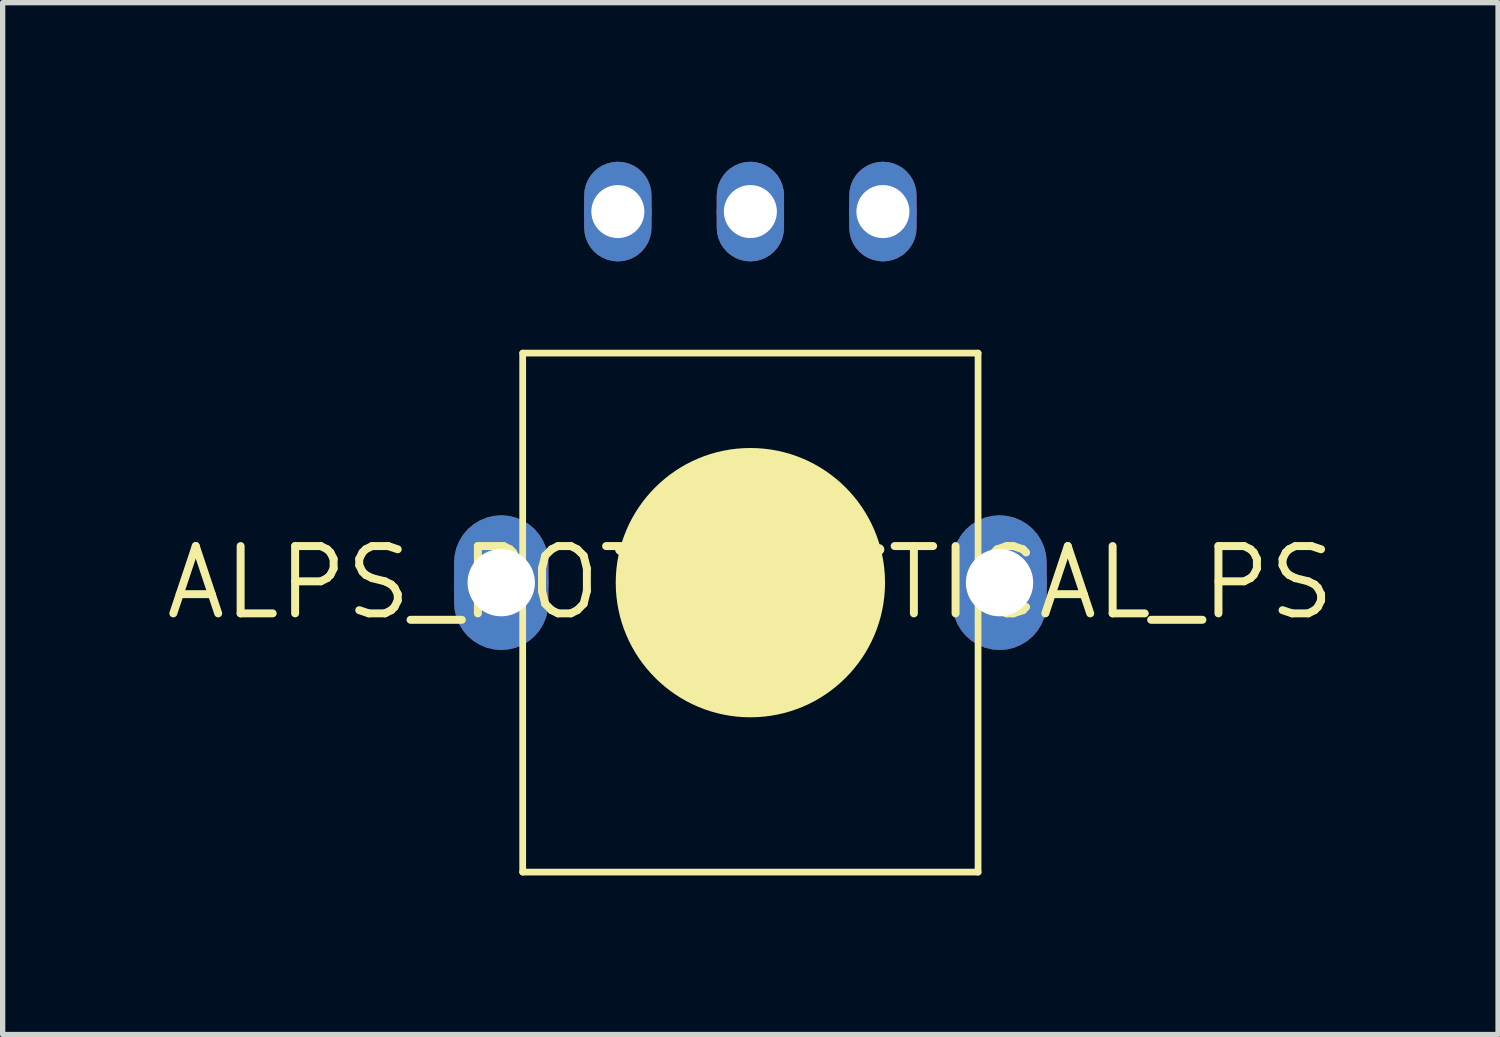
<source format=kicad_pcb>
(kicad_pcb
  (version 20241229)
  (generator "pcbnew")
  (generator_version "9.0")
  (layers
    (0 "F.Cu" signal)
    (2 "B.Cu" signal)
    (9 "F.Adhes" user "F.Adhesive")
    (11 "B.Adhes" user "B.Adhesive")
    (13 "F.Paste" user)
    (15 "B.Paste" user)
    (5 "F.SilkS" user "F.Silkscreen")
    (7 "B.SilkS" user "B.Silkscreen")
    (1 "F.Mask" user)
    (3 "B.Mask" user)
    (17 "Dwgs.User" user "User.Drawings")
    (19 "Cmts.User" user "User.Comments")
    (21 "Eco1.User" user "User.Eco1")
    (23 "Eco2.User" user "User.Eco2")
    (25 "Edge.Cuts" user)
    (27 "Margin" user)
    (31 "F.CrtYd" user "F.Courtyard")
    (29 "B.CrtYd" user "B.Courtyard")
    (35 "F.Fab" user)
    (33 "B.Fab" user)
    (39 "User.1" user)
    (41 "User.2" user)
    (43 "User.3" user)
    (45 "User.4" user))
  (footprint "ALPS_POT_VERTICAL_PS"
    (layer "F.Cu")
    (at 11.105 7.941)
    (property "Reference" "ALPS_POT_VERTICAL_PS" (at 0 0 0) (layer "F.SilkS") (effects (font (size 1.27 1.27) (thickness 0.15))))
    (fp_poly (pts (xy -4.561 -1.259) (xy -4.426 -1.227) (xy -4.297 -1.173) (xy -4.177 -1.1) (xy -4.071 -1.01) (xy -3.981 -0.904) (xy -3.908 -0.784) (xy -3.854 -0.655) (xy -3.822 -0.52) (xy -3.811 -0.381) (xy -3.811 0.381) (xy -3.822 0.52) (xy -3.854 0.655) (xy -3.908 0.784) (xy -3.981 0.904) (xy -4.071 1.01) (xy -4.177 1.1) (xy -4.297 1.173) (xy -4.426 1.227) (xy -4.561 1.259) (xy -4.7 1.27) (xy -4.839 1.259) (xy -4.974 1.227) (xy -5.103 1.173) (xy -5.223 1.1) (xy -5.329 1.01) (xy -5.419 0.904) (xy -5.492 0.784) (xy -5.546 0.655) (xy -5.578 0.52) (xy -5.589 0.381) (xy -5.589 -0.381) (xy -5.578 -0.52) (xy -5.546 -0.655) (xy -5.492 -0.784) (xy -5.419 -0.904) (xy -5.329 -1.01) (xy -5.223 -1.1) (xy -5.103 -1.173) (xy -4.974 -1.227) (xy -4.839 -1.259) (xy -4.7 -1.27)) (stroke (width 0) (type default)) (fill yes) (layer "F.Cu"))
    (fp_poly (pts (xy -2.401 -7.932) (xy -2.304 -7.909) (xy -2.212 -7.871) (xy -2.126 -7.819) (xy -2.051 -7.754) (xy -1.986 -7.678) (xy -1.934 -7.593) (xy -1.896 -7.501) (xy -1.873 -7.404) (xy -1.865 -7.305) (xy -1.865 -6.695) (xy -1.873 -6.596) (xy -1.896 -6.499) (xy -1.934 -6.407) (xy -1.986 -6.322) (xy -2.051 -6.246) (xy -2.126 -6.181) (xy -2.212 -6.129) (xy -2.304 -6.091) (xy -2.401 -6.068) (xy -2.5 -6.06) (xy -2.599 -6.068) (xy -2.696 -6.091) (xy -2.788 -6.129) (xy -2.874 -6.181) (xy -2.949 -6.246) (xy -3.014 -6.322) (xy -3.066 -6.407) (xy -3.104 -6.499) (xy -3.127 -6.596) (xy -3.135 -6.695) (xy -3.135 -7.305) (xy -3.127 -7.404) (xy -3.104 -7.501) (xy -3.066 -7.593) (xy -3.014 -7.678) (xy -2.949 -7.754) (xy -2.874 -7.819) (xy -2.788 -7.871) (xy -2.696 -7.909) (xy -2.599 -7.932) (xy -2.5 -7.94)) (stroke (width 0) (type default)) (fill yes) (layer "F.Cu"))
    (fp_poly (pts (xy 0.099 -7.932) (xy 0.196 -7.909) (xy 0.288 -7.871) (xy 0.374 -7.819) (xy 0.449 -7.754) (xy 0.514 -7.678) (xy 0.566 -7.593) (xy 0.604 -7.501) (xy 0.627 -7.404) (xy 0.635 -7.305) (xy 0.635 -6.695) (xy 0.627 -6.596) (xy 0.604 -6.499) (xy 0.566 -6.407) (xy 0.514 -6.322) (xy 0.449 -6.246) (xy 0.374 -6.181) (xy 0.288 -6.129) (xy 0.196 -6.091) (xy 0.099 -6.068) (xy 0 -6.06) (xy -0.099 -6.068) (xy -0.196 -6.091) (xy -0.288 -6.129) (xy -0.374 -6.181) (xy -0.449 -6.246) (xy -0.514 -6.322) (xy -0.566 -6.407) (xy -0.604 -6.499) (xy -0.627 -6.596) (xy -0.635 -6.695) (xy -0.635 -7.305) (xy -0.627 -7.404) (xy -0.604 -7.501) (xy -0.566 -7.593) (xy -0.514 -7.678) (xy -0.449 -7.754) (xy -0.374 -7.819) (xy -0.288 -7.871) (xy -0.196 -7.909) (xy -0.099 -7.932) (xy 0 -7.94)) (stroke (width 0) (type default)) (fill yes) (layer "F.Cu"))
    (fp_poly (pts (xy 2.599 -7.932) (xy 2.696 -7.909) (xy 2.788 -7.871) (xy 2.874 -7.819) (xy 2.949 -7.754) (xy 3.014 -7.678) (xy 3.066 -7.593) (xy 3.104 -7.501) (xy 3.127 -7.404) (xy 3.135 -7.305) (xy 3.135 -6.695) (xy 3.127 -6.596) (xy 3.104 -6.499) (xy 3.066 -6.407) (xy 3.014 -6.322) (xy 2.949 -6.246) (xy 2.874 -6.181) (xy 2.788 -6.129) (xy 2.696 -6.091) (xy 2.599 -6.068) (xy 2.5 -6.06) (xy 2.401 -6.068) (xy 2.304 -6.091) (xy 2.212 -6.129) (xy 2.126 -6.181) (xy 2.051 -6.246) (xy 1.986 -6.322) (xy 1.934 -6.407) (xy 1.896 -6.499) (xy 1.873 -6.596) (xy 1.865 -6.695) (xy 1.865 -7.305) (xy 1.873 -7.404) (xy 1.896 -7.501) (xy 1.934 -7.593) (xy 1.986 -7.678) (xy 2.051 -7.754) (xy 2.126 -7.819) (xy 2.212 -7.871) (xy 2.304 -7.909) (xy 2.401 -7.932) (xy 2.5 -7.94)) (stroke (width 0) (type default)) (fill yes) (layer "F.Cu"))
    (fp_poly (pts (xy 4.839 -1.259) (xy 4.974 -1.227) (xy 5.103 -1.173) (xy 5.223 -1.1) (xy 5.329 -1.01) (xy 5.419 -0.904) (xy 5.492 -0.784) (xy 5.546 -0.655) (xy 5.578 -0.52) (xy 5.589 -0.381) (xy 5.589 0.381) (xy 5.578 0.52) (xy 5.546 0.655) (xy 5.492 0.784) (xy 5.419 0.904) (xy 5.329 1.01) (xy 5.223 1.1) (xy 5.103 1.173) (xy 4.974 1.227) (xy 4.839 1.259) (xy 4.7 1.27) (xy 4.561 1.259) (xy 4.426 1.227) (xy 4.297 1.173) (xy 4.177 1.1) (xy 4.071 1.01) (xy 3.981 0.904) (xy 3.908 0.784) (xy 3.854 0.655) (xy 3.822 0.52) (xy 3.811 0.381) (xy 3.811 -0.381) (xy 3.822 -0.52) (xy 3.854 -0.655) (xy 3.908 -0.784) (xy 3.981 -0.904) (xy 4.071 -1.01) (xy 4.177 -1.1) (xy 4.297 -1.173) (xy 4.426 -1.227) (xy 4.561 -1.259) (xy 4.7 -1.27)) (stroke (width 0) (type default)) (fill yes) (layer "F.Cu"))
    (fp_poly (pts (xy -4.561 -1.26) (xy -4.425 -1.227) (xy -4.296 -1.174) (xy -4.176 -1.101) (xy -4.07 -1.011) (xy -3.98 -0.905) (xy -3.907 -0.785) (xy -3.854 -0.656) (xy -3.821 -0.52) (xy -3.81 -0.381) (xy -3.81 0.381) (xy -3.821 0.52) (xy -3.854 0.656) (xy -3.907 0.785) (xy -3.98 0.905) (xy -4.07 1.011) (xy -4.176 1.101) (xy -4.296 1.174) (xy -4.425 1.227) (xy -4.561 1.26) (xy -4.7 1.271) (xy -4.839 1.26) (xy -4.975 1.227) (xy -5.104 1.174) (xy -5.224 1.101) (xy -5.33 1.011) (xy -5.42 0.905) (xy -5.493 0.785) (xy -5.546 0.656) (xy -5.579 0.52) (xy -5.59 0.381) (xy -5.59 -0.381) (xy -5.579 -0.52) (xy -5.546 -0.656) (xy -5.493 -0.785) (xy -5.42 -0.905) (xy -5.33 -1.011) (xy -5.224 -1.101) (xy -5.104 -1.174) (xy -4.975 -1.227) (xy -4.839 -1.26) (xy -4.7 -1.271)) (stroke (width 0) (type default)) (fill yes) (layer "F.Mask"))
    (fp_poly (pts (xy -2.401 -7.933) (xy -2.304 -7.91) (xy -2.212 -7.872) (xy -2.126 -7.82) (xy -2.05 -7.755) (xy -1.985 -7.679) (xy -1.933 -7.593) (xy -1.895 -7.501) (xy -1.872 -7.404) (xy -1.864 -7.305) (xy -1.864 -6.695) (xy -1.872 -6.596) (xy -1.895 -6.499) (xy -1.933 -6.407) (xy -1.985 -6.321) (xy -2.05 -6.245) (xy -2.126 -6.18) (xy -2.212 -6.128) (xy -2.304 -6.09) (xy -2.401 -6.067) (xy -2.5 -6.059) (xy -2.599 -6.067) (xy -2.696 -6.09) (xy -2.788 -6.128) (xy -2.874 -6.18) (xy -2.95 -6.245) (xy -3.015 -6.321) (xy -3.067 -6.407) (xy -3.105 -6.499) (xy -3.128 -6.596) (xy -3.136 -6.695) (xy -3.136 -7.305) (xy -3.128 -7.404) (xy -3.105 -7.501) (xy -3.067 -7.593) (xy -3.015 -7.679) (xy -2.95 -7.755) (xy -2.874 -7.82) (xy -2.788 -7.872) (xy -2.696 -7.91) (xy -2.599 -7.933) (xy -2.5 -7.941)) (stroke (width 0) (type default)) (fill yes) (layer "F.Mask"))
    (fp_poly (pts (xy 0.099 -7.933) (xy 0.196 -7.91) (xy 0.288 -7.872) (xy 0.374 -7.82) (xy 0.45 -7.755) (xy 0.515 -7.679) (xy 0.567 -7.593) (xy 0.605 -7.501) (xy 0.628 -7.404) (xy 0.636 -7.305) (xy 0.636 -6.695) (xy 0.628 -6.596) (xy 0.605 -6.499) (xy 0.567 -6.407) (xy 0.515 -6.321) (xy 0.45 -6.245) (xy 0.374 -6.18) (xy 0.288 -6.128) (xy 0.196 -6.09) (xy 0.099 -6.067) (xy 0 -6.059) (xy -0.099 -6.067) (xy -0.196 -6.09) (xy -0.288 -6.128) (xy -0.374 -6.18) (xy -0.45 -6.245) (xy -0.515 -6.321) (xy -0.567 -6.407) (xy -0.605 -6.499) (xy -0.628 -6.596) (xy -0.636 -6.695) (xy -0.636 -7.305) (xy -0.628 -7.404) (xy -0.605 -7.501) (xy -0.567 -7.593) (xy -0.515 -7.679) (xy -0.45 -7.755) (xy -0.374 -7.82) (xy -0.288 -7.872) (xy -0.196 -7.91) (xy -0.099 -7.933) (xy 0 -7.941)) (stroke (width 0) (type default)) (fill yes) (layer "F.Mask"))
    (fp_poly (pts (xy 2.599 -7.933) (xy 2.696 -7.91) (xy 2.788 -7.872) (xy 2.874 -7.82) (xy 2.95 -7.755) (xy 3.015 -7.679) (xy 3.067 -7.593) (xy 3.105 -7.501) (xy 3.128 -7.404) (xy 3.136 -7.305) (xy 3.136 -6.695) (xy 3.128 -6.596) (xy 3.105 -6.499) (xy 3.067 -6.407) (xy 3.015 -6.321) (xy 2.95 -6.245) (xy 2.874 -6.18) (xy 2.788 -6.128) (xy 2.696 -6.09) (xy 2.599 -6.067) (xy 2.5 -6.059) (xy 2.401 -6.067) (xy 2.304 -6.09) (xy 2.212 -6.128) (xy 2.126 -6.18) (xy 2.05 -6.245) (xy 1.985 -6.321) (xy 1.933 -6.407) (xy 1.895 -6.499) (xy 1.872 -6.596) (xy 1.864 -6.695) (xy 1.864 -7.305) (xy 1.872 -7.404) (xy 1.895 -7.501) (xy 1.933 -7.593) (xy 1.985 -7.679) (xy 2.05 -7.755) (xy 2.126 -7.82) (xy 2.212 -7.872) (xy 2.304 -7.91) (xy 2.401 -7.933) (xy 2.5 -7.941)) (stroke (width 0) (type default)) (fill yes) (layer "F.Mask"))
    (fp_poly (pts (xy 4.839 -1.26) (xy 4.975 -1.227) (xy 5.104 -1.174) (xy 5.224 -1.101) (xy 5.33 -1.011) (xy 5.42 -0.905) (xy 5.493 -0.785) (xy 5.546 -0.656) (xy 5.579 -0.52) (xy 5.59 -0.381) (xy 5.59 0.381) (xy 5.579 0.52) (xy 5.546 0.656) (xy 5.493 0.785) (xy 5.42 0.905) (xy 5.33 1.011) (xy 5.224 1.101) (xy 5.104 1.174) (xy 4.975 1.227) (xy 4.839 1.26) (xy 4.7 1.271) (xy 4.561 1.26) (xy 4.425 1.227) (xy 4.296 1.174) (xy 4.176 1.101) (xy 4.07 1.011) (xy 3.98 0.905) (xy 3.907 0.785) (xy 3.854 0.656) (xy 3.821 0.52) (xy 3.81 0.381) (xy 3.81 -0.381) (xy 3.821 -0.52) (xy 3.854 -0.656) (xy 3.907 -0.785) (xy 3.98 -0.905) (xy 4.07 -1.011) (xy 4.176 -1.101) (xy 4.296 -1.174) (xy 4.425 -1.227) (xy 4.561 -1.26) (xy 4.7 -1.271)) (stroke (width 0) (type default)) (fill yes) (layer "F.Mask"))
    (fp_poly (pts (xy -4.561 -1.259) (xy -4.426 -1.227) (xy -4.297 -1.173) (xy -4.177 -1.1) (xy -4.071 -1.01) (xy -3.981 -0.904) (xy -3.908 -0.784) (xy -3.854 -0.655) (xy -3.822 -0.52) (xy -3.811 -0.381) (xy -3.811 0.381) (xy -3.822 0.52) (xy -3.854 0.655) (xy -3.908 0.784) (xy -3.981 0.904) (xy -4.071 1.01) (xy -4.177 1.1) (xy -4.297 1.173) (xy -4.426 1.227) (xy -4.561 1.259) (xy -4.7 1.27) (xy -4.839 1.259) (xy -4.974 1.227) (xy -5.103 1.173) (xy -5.223 1.1) (xy -5.329 1.01) (xy -5.419 0.904) (xy -5.492 0.784) (xy -5.546 0.655) (xy -5.578 0.52) (xy -5.589 0.381) (xy -5.589 -0.381) (xy -5.578 -0.52) (xy -5.546 -0.655) (xy -5.492 -0.784) (xy -5.419 -0.904) (xy -5.329 -1.01) (xy -5.223 -1.1) (xy -5.103 -1.173) (xy -4.974 -1.227) (xy -4.839 -1.259) (xy -4.7 -1.27)) (stroke (width 0) (type default)) (fill yes) (layer "B.Cu"))
    (fp_poly (pts (xy -2.401 -7.932) (xy -2.304 -7.909) (xy -2.212 -7.871) (xy -2.126 -7.819) (xy -2.051 -7.754) (xy -1.986 -7.678) (xy -1.934 -7.593) (xy -1.896 -7.501) (xy -1.873 -7.404) (xy -1.865 -7.305) (xy -1.865 -6.695) (xy -1.873 -6.596) (xy -1.896 -6.499) (xy -1.934 -6.407) (xy -1.986 -6.322) (xy -2.051 -6.246) (xy -2.126 -6.181) (xy -2.212 -6.129) (xy -2.304 -6.091) (xy -2.401 -6.068) (xy -2.5 -6.06) (xy -2.599 -6.068) (xy -2.696 -6.091) (xy -2.788 -6.129) (xy -2.874 -6.181) (xy -2.949 -6.246) (xy -3.014 -6.322) (xy -3.066 -6.407) (xy -3.104 -6.499) (xy -3.127 -6.596) (xy -3.135 -6.695) (xy -3.135 -7.305) (xy -3.127 -7.404) (xy -3.104 -7.501) (xy -3.066 -7.593) (xy -3.014 -7.678) (xy -2.949 -7.754) (xy -2.874 -7.819) (xy -2.788 -7.871) (xy -2.696 -7.909) (xy -2.599 -7.932) (xy -2.5 -7.94)) (stroke (width 0) (type default)) (fill yes) (layer "B.Cu"))
    (fp_poly (pts (xy 0.099 -7.932) (xy 0.196 -7.909) (xy 0.288 -7.871) (xy 0.374 -7.819) (xy 0.449 -7.754) (xy 0.514 -7.678) (xy 0.566 -7.593) (xy 0.604 -7.501) (xy 0.627 -7.404) (xy 0.635 -7.305) (xy 0.635 -6.695) (xy 0.627 -6.596) (xy 0.604 -6.499) (xy 0.566 -6.407) (xy 0.514 -6.322) (xy 0.449 -6.246) (xy 0.374 -6.181) (xy 0.288 -6.129) (xy 0.196 -6.091) (xy 0.099 -6.068) (xy 0 -6.06) (xy -0.099 -6.068) (xy -0.196 -6.091) (xy -0.288 -6.129) (xy -0.374 -6.181) (xy -0.449 -6.246) (xy -0.514 -6.322) (xy -0.566 -6.407) (xy -0.604 -6.499) (xy -0.627 -6.596) (xy -0.635 -6.695) (xy -0.635 -7.305) (xy -0.627 -7.404) (xy -0.604 -7.501) (xy -0.566 -7.593) (xy -0.514 -7.678) (xy -0.449 -7.754) (xy -0.374 -7.819) (xy -0.288 -7.871) (xy -0.196 -7.909) (xy -0.099 -7.932) (xy 0 -7.94)) (stroke (width 0) (type default)) (fill yes) (layer "B.Cu"))
    (fp_poly (pts (xy 2.599 -7.932) (xy 2.696 -7.909) (xy 2.788 -7.871) (xy 2.874 -7.819) (xy 2.949 -7.754) (xy 3.014 -7.678) (xy 3.066 -7.593) (xy 3.104 -7.501) (xy 3.127 -7.404) (xy 3.135 -7.305) (xy 3.135 -6.695) (xy 3.127 -6.596) (xy 3.104 -6.499) (xy 3.066 -6.407) (xy 3.014 -6.322) (xy 2.949 -6.246) (xy 2.874 -6.181) (xy 2.788 -6.129) (xy 2.696 -6.091) (xy 2.599 -6.068) (xy 2.5 -6.06) (xy 2.401 -6.068) (xy 2.304 -6.091) (xy 2.212 -6.129) (xy 2.126 -6.181) (xy 2.051 -6.246) (xy 1.986 -6.322) (xy 1.934 -6.407) (xy 1.896 -6.499) (xy 1.873 -6.596) (xy 1.865 -6.695) (xy 1.865 -7.305) (xy 1.873 -7.404) (xy 1.896 -7.501) (xy 1.934 -7.593) (xy 1.986 -7.678) (xy 2.051 -7.754) (xy 2.126 -7.819) (xy 2.212 -7.871) (xy 2.304 -7.909) (xy 2.401 -7.932) (xy 2.5 -7.94)) (stroke (width 0) (type default)) (fill yes) (layer "B.Cu"))
    (fp_poly (pts (xy 4.839 -1.259) (xy 4.974 -1.227) (xy 5.103 -1.173) (xy 5.223 -1.1) (xy 5.329 -1.01) (xy 5.419 -0.904) (xy 5.492 -0.784) (xy 5.546 -0.655) (xy 5.578 -0.52) (xy 5.589 -0.381) (xy 5.589 0.381) (xy 5.578 0.52) (xy 5.546 0.655) (xy 5.492 0.784) (xy 5.419 0.904) (xy 5.329 1.01) (xy 5.223 1.1) (xy 5.103 1.173) (xy 4.974 1.227) (xy 4.839 1.259) (xy 4.7 1.27) (xy 4.561 1.259) (xy 4.426 1.227) (xy 4.297 1.173) (xy 4.177 1.1) (xy 4.071 1.01) (xy 3.981 0.904) (xy 3.908 0.784) (xy 3.854 0.655) (xy 3.822 0.52) (xy 3.811 0.381) (xy 3.811 -0.381) (xy 3.822 -0.52) (xy 3.854 -0.655) (xy 3.908 -0.784) (xy 3.981 -0.904) (xy 4.071 -1.01) (xy 4.177 -1.1) (xy 4.297 -1.173) (xy 4.426 -1.227) (xy 4.561 -1.259) (xy 4.7 -1.27)) (stroke (width 0) (type default)) (fill yes) (layer "B.Cu"))
    (fp_poly (pts (xy -4.561 -1.26) (xy -4.425 -1.227) (xy -4.296 -1.174) (xy -4.176 -1.101) (xy -4.07 -1.011) (xy -3.98 -0.905) (xy -3.907 -0.785) (xy -3.854 -0.656) (xy -3.821 -0.52) (xy -3.81 -0.381) (xy -3.81 0.381) (xy -3.821 0.52) (xy -3.854 0.656) (xy -3.907 0.785) (xy -3.98 0.905) (xy -4.07 1.011) (xy -4.176 1.101) (xy -4.296 1.174) (xy -4.425 1.227) (xy -4.561 1.26) (xy -4.7 1.271) (xy -4.839 1.26) (xy -4.975 1.227) (xy -5.104 1.174) (xy -5.224 1.101) (xy -5.33 1.011) (xy -5.42 0.905) (xy -5.493 0.785) (xy -5.546 0.656) (xy -5.579 0.52) (xy -5.59 0.381) (xy -5.59 -0.381) (xy -5.579 -0.52) (xy -5.546 -0.656) (xy -5.493 -0.785) (xy -5.42 -0.905) (xy -5.33 -1.011) (xy -5.224 -1.101) (xy -5.104 -1.174) (xy -4.975 -1.227) (xy -4.839 -1.26) (xy -4.7 -1.271)) (stroke (width 0) (type default)) (fill yes) (layer "B.Mask"))
    (fp_poly (pts (xy -2.401 -7.933) (xy -2.304 -7.91) (xy -2.212 -7.872) (xy -2.126 -7.82) (xy -2.05 -7.755) (xy -1.985 -7.679) (xy -1.933 -7.593) (xy -1.895 -7.501) (xy -1.872 -7.404) (xy -1.864 -7.305) (xy -1.864 -6.695) (xy -1.872 -6.596) (xy -1.895 -6.499) (xy -1.933 -6.407) (xy -1.985 -6.321) (xy -2.05 -6.245) (xy -2.126 -6.18) (xy -2.212 -6.128) (xy -2.304 -6.09) (xy -2.401 -6.067) (xy -2.5 -6.059) (xy -2.599 -6.067) (xy -2.696 -6.09) (xy -2.788 -6.128) (xy -2.874 -6.18) (xy -2.95 -6.245) (xy -3.015 -6.321) (xy -3.067 -6.407) (xy -3.105 -6.499) (xy -3.128 -6.596) (xy -3.136 -6.695) (xy -3.136 -7.305) (xy -3.128 -7.404) (xy -3.105 -7.501) (xy -3.067 -7.593) (xy -3.015 -7.679) (xy -2.95 -7.755) (xy -2.874 -7.82) (xy -2.788 -7.872) (xy -2.696 -7.91) (xy -2.599 -7.933) (xy -2.5 -7.941)) (stroke (width 0) (type default)) (fill yes) (layer "B.Mask"))
    (fp_poly (pts (xy 0.099 -7.933) (xy 0.196 -7.91) (xy 0.288 -7.872) (xy 0.374 -7.82) (xy 0.45 -7.755) (xy 0.515 -7.679) (xy 0.567 -7.593) (xy 0.605 -7.501) (xy 0.628 -7.404) (xy 0.636 -7.305) (xy 0.636 -6.695) (xy 0.628 -6.596) (xy 0.605 -6.499) (xy 0.567 -6.407) (xy 0.515 -6.321) (xy 0.45 -6.245) (xy 0.374 -6.18) (xy 0.288 -6.128) (xy 0.196 -6.09) (xy 0.099 -6.067) (xy 0 -6.059) (xy -0.099 -6.067) (xy -0.196 -6.09) (xy -0.288 -6.128) (xy -0.374 -6.18) (xy -0.45 -6.245) (xy -0.515 -6.321) (xy -0.567 -6.407) (xy -0.605 -6.499) (xy -0.628 -6.596) (xy -0.636 -6.695) (xy -0.636 -7.305) (xy -0.628 -7.404) (xy -0.605 -7.501) (xy -0.567 -7.593) (xy -0.515 -7.679) (xy -0.45 -7.755) (xy -0.374 -7.82) (xy -0.288 -7.872) (xy -0.196 -7.91) (xy -0.099 -7.933) (xy 0 -7.941)) (stroke (width 0) (type default)) (fill yes) (layer "B.Mask"))
    (fp_poly (pts (xy 2.599 -7.933) (xy 2.696 -7.91) (xy 2.788 -7.872) (xy 2.874 -7.82) (xy 2.95 -7.755) (xy 3.015 -7.679) (xy 3.067 -7.593) (xy 3.105 -7.501) (xy 3.128 -7.404) (xy 3.136 -7.305) (xy 3.136 -6.695) (xy 3.128 -6.596) (xy 3.105 -6.499) (xy 3.067 -6.407) (xy 3.015 -6.321) (xy 2.95 -6.245) (xy 2.874 -6.18) (xy 2.788 -6.128) (xy 2.696 -6.09) (xy 2.599 -6.067) (xy 2.5 -6.059) (xy 2.401 -6.067) (xy 2.304 -6.09) (xy 2.212 -6.128) (xy 2.126 -6.18) (xy 2.05 -6.245) (xy 1.985 -6.321) (xy 1.933 -6.407) (xy 1.895 -6.499) (xy 1.872 -6.596) (xy 1.864 -6.695) (xy 1.864 -7.305) (xy 1.872 -7.404) (xy 1.895 -7.501) (xy 1.933 -7.593) (xy 1.985 -7.679) (xy 2.05 -7.755) (xy 2.126 -7.82) (xy 2.212 -7.872) (xy 2.304 -7.91) (xy 2.401 -7.933) (xy 2.5 -7.941)) (stroke (width 0) (type default)) (fill yes) (layer "B.Mask"))
    (fp_poly (pts (xy 4.839 -1.26) (xy 4.975 -1.227) (xy 5.104 -1.174) (xy 5.224 -1.101) (xy 5.33 -1.011) (xy 5.42 -0.905) (xy 5.493 -0.785) (xy 5.546 -0.656) (xy 5.579 -0.52) (xy 5.59 -0.381) (xy 5.59 0.381) (xy 5.579 0.52) (xy 5.546 0.656) (xy 5.493 0.785) (xy 5.42 0.905) (xy 5.33 1.011) (xy 5.224 1.101) (xy 5.104 1.174) (xy 4.975 1.227) (xy 4.839 1.26) (xy 4.7 1.271) (xy 4.561 1.26) (xy 4.425 1.227) (xy 4.296 1.174) (xy 4.176 1.101) (xy 4.07 1.011) (xy 3.98 0.905) (xy 3.907 0.785) (xy 3.854 0.656) (xy 3.821 0.52) (xy 3.81 0.381) (xy 3.81 -0.381) (xy 3.821 -0.52) (xy 3.854 -0.656) (xy 3.907 -0.785) (xy 3.98 -0.905) (xy 4.07 -1.011) (xy 4.176 -1.101) (xy 4.296 -1.174) (xy 4.425 -1.227) (xy 4.561 -1.26) (xy 4.7 -1.271)) (stroke (width 0) (type default)) (fill yes) (layer "B.Mask"))
    (fp_line (start -4.295 -4.33) (end 4.295 -4.33) (stroke (width 0.127) (type solid)) (layer "F.SilkS"))
    (fp_line (start -4.295 5.46) (end -4.295 -4.33) (stroke (width 0.127) (type solid)) (layer "F.SilkS"))
    (fp_line (start -2.45 -0.625) (end 2.425 -0.625) (stroke (width 0.203) (type solid)) (layer "F.SilkS"))
    (fp_line (start -1.1 -0.625) (end 1.1 -0.625) (stroke (width 0.203) (type solid)) (layer "F.SilkS"))
    (fp_line (start 4.295 -4.33) (end 4.295 5.46) (stroke (width 0.127) (type solid)) (layer "F.SilkS"))
    (fp_line (start 4.295 5.46) (end -4.295 5.46) (stroke (width 0.127) (type solid)) (layer "F.SilkS"))
    (fp_arc (start 1.100001 -0.624999) (mid -0.000001 1.264524) (end -1.1 -0.625) (stroke (width 0.203) (type solid)) (layer "F.SilkS"))
    (fp_circle (center 0 0) (end 1.27 0) (stroke (width 2.54) (type solid)) (fill yes) (layer "F.SilkS"))
    (pad "P$1" thru_hole circle (at -2.5 -7) (size 1.27 1.27) (drill 1) (layers "*.Cu"))
    (pad "P$2" thru_hole circle (at 0 -7) (size 1.27 1.27) (drill 1) (layers "*.Cu"))
    (pad "P$3" thru_hole circle (at 2.5 -7) (size 1.27 1.27) (drill 1) (layers "*.Cu"))
    (pad "P$4" thru_hole circle (at -4.7 0) (size 1.778 1.778) (drill 1.27) (layers "*.Cu"))
    (pad "P$5" thru_hole circle (at 4.7 0) (size 1.778 1.778) (drill 1.27) (layers "*.Cu")))
  (gr_rect
    (start -3 -3)
    (end 25.209 16.465)
    (stroke (width 0.1) (type default))
    (fill no)
    (layer "Edge.Cuts")))
</source>
